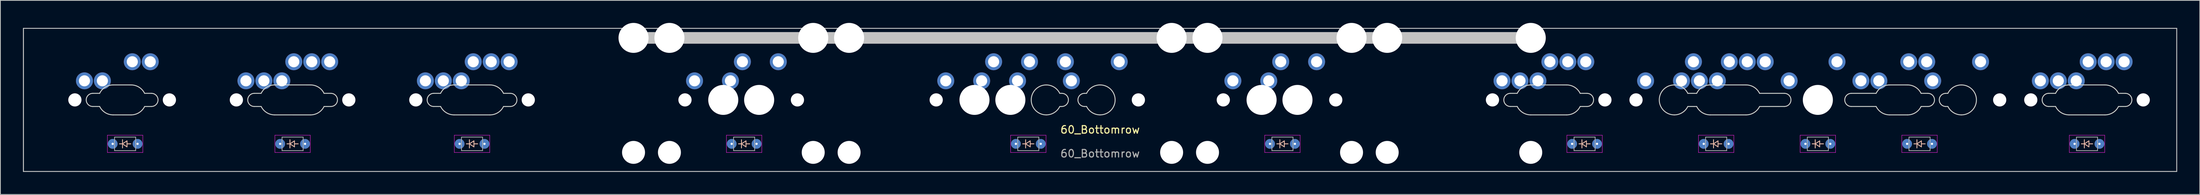
<source format=kicad_pcb>
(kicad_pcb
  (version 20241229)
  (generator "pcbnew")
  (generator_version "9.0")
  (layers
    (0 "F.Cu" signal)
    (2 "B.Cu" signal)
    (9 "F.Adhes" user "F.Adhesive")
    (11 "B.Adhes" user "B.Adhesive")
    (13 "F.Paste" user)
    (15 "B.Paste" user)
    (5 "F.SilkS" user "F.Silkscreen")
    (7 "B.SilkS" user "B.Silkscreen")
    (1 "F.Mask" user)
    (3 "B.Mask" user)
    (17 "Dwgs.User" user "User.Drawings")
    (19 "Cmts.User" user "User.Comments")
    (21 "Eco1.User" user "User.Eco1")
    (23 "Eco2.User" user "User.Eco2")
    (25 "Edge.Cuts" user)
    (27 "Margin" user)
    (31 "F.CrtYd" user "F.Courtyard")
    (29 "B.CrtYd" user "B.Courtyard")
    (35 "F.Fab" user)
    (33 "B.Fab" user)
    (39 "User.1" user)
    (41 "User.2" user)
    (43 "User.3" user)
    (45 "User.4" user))
  (footprint "60_Bottomrow"
    (layer "F.Cu")
    (at 142.935 10.249)
    (property "Reference" "60_Bottomrow" (at 0 3.969 0) (unlocked yes) (layer "F.SilkS") (effects (font (size 1 1) (thickness 0.15))))
    (attr through_hole)
    (fp_line (start -130.131 5.85) (end -129.731 5.85) (stroke (width 0.1) (type solid)) (layer "F.SilkS"))
    (fp_line (start -129.731 5.85) (end -129.731 5.3) (stroke (width 0.1) (type solid)) (layer "F.SilkS"))
    (fp_line (start -129.731 5.85) (end -129.731 6.4) (stroke (width 0.1) (type solid)) (layer "F.SilkS"))
    (fp_line (start -129.731 5.85) (end -129.131 5.45) (stroke (width 0.1) (type solid)) (layer "F.SilkS"))
    (fp_line (start -129.131 5.45) (end -129.131 6.25) (stroke (width 0.1) (type solid)) (layer "F.SilkS"))
    (fp_line (start -129.131 5.85) (end -128.631 5.85) (stroke (width 0.1) (type solid)) (layer "F.SilkS"))
    (fp_line (start -129.131 6.25) (end -129.731 5.85) (stroke (width 0.1) (type solid)) (layer "F.SilkS"))
    (fp_line (start -107.906 5.85) (end -107.506 5.85) (stroke (width 0.1) (type solid)) (layer "F.SilkS"))
    (fp_line (start -107.506 5.85) (end -107.506 5.3) (stroke (width 0.1) (type solid)) (layer "F.SilkS"))
    (fp_line (start -107.506 5.85) (end -107.506 6.4) (stroke (width 0.1) (type solid)) (layer "F.SilkS"))
    (fp_line (start -107.506 5.85) (end -106.906 5.45) (stroke (width 0.1) (type solid)) (layer "F.SilkS"))
    (fp_line (start -106.906 5.45) (end -106.906 6.25) (stroke (width 0.1) (type solid)) (layer "F.SilkS"))
    (fp_line (start -106.906 5.85) (end -106.406 5.85) (stroke (width 0.1) (type solid)) (layer "F.SilkS"))
    (fp_line (start -106.906 6.25) (end -107.506 5.85) (stroke (width 0.1) (type solid)) (layer "F.SilkS"))
    (fp_line (start -84.094 5.85) (end -83.694 5.85) (stroke (width 0.1) (type solid)) (layer "F.SilkS"))
    (fp_line (start -83.694 5.85) (end -83.694 5.3) (stroke (width 0.1) (type solid)) (layer "F.SilkS"))
    (fp_line (start -83.694 5.85) (end -83.694 6.4) (stroke (width 0.1) (type solid)) (layer "F.SilkS"))
    (fp_line (start -83.694 5.85) (end -83.094 5.45) (stroke (width 0.1) (type solid)) (layer "F.SilkS"))
    (fp_line (start -83.094 5.45) (end -83.094 6.25) (stroke (width 0.1) (type solid)) (layer "F.SilkS"))
    (fp_line (start -83.094 5.85) (end -82.594 5.85) (stroke (width 0.1) (type solid)) (layer "F.SilkS"))
    (fp_line (start -83.094 6.25) (end -83.694 5.85) (stroke (width 0.1) (type solid)) (layer "F.SilkS"))
    (fp_line (start -47.988 5.85) (end -47.588 5.85) (stroke (width 0.1) (type solid)) (layer "F.SilkS"))
    (fp_line (start -47.588 5.85) (end -47.588 5.3) (stroke (width 0.1) (type solid)) (layer "F.SilkS"))
    (fp_line (start -47.588 5.85) (end -47.588 6.4) (stroke (width 0.1) (type solid)) (layer "F.SilkS"))
    (fp_line (start -47.588 5.85) (end -46.988 5.45) (stroke (width 0.1) (type solid)) (layer "F.SilkS"))
    (fp_line (start -46.988 5.45) (end -46.988 6.25) (stroke (width 0.1) (type solid)) (layer "F.SilkS"))
    (fp_line (start -46.988 5.85) (end -46.488 5.85) (stroke (width 0.1) (type solid)) (layer "F.SilkS"))
    (fp_line (start -46.988 6.25) (end -47.588 5.85) (stroke (width 0.1) (type solid)) (layer "F.SilkS"))
    (fp_line (start -10.275 5.85) (end -9.875 5.85) (stroke (width 0.1) (type solid)) (layer "F.SilkS"))
    (fp_line (start -9.875 5.85) (end -9.875 5.3) (stroke (width 0.1) (type solid)) (layer "F.SilkS"))
    (fp_line (start -9.875 5.85) (end -9.875 6.4) (stroke (width 0.1) (type solid)) (layer "F.SilkS"))
    (fp_line (start -9.875 5.85) (end -9.275 5.45) (stroke (width 0.1) (type solid)) (layer "F.SilkS"))
    (fp_line (start -9.275 5.45) (end -9.275 6.25) (stroke (width 0.1) (type solid)) (layer "F.SilkS"))
    (fp_line (start -9.275 5.85) (end -8.775 5.85) (stroke (width 0.1) (type solid)) (layer "F.SilkS"))
    (fp_line (start -9.275 6.25) (end -9.875 5.85) (stroke (width 0.1) (type solid)) (layer "F.SilkS"))
    (fp_line (start 23.45 5.85) (end 23.85 5.85) (stroke (width 0.1) (type solid)) (layer "F.SilkS"))
    (fp_line (start 23.85 5.85) (end 23.85 5.3) (stroke (width 0.1) (type solid)) (layer "F.SilkS"))
    (fp_line (start 23.85 5.85) (end 23.85 6.4) (stroke (width 0.1) (type solid)) (layer "F.SilkS"))
    (fp_line (start 23.85 5.85) (end 24.45 5.45) (stroke (width 0.1) (type solid)) (layer "F.SilkS"))
    (fp_line (start 24.45 5.45) (end 24.45 6.25) (stroke (width 0.1) (type solid)) (layer "F.SilkS"))
    (fp_line (start 24.45 5.85) (end 24.95 5.85) (stroke (width 0.1) (type solid)) (layer "F.SilkS"))
    (fp_line (start 24.45 6.25) (end 23.85 5.85) (stroke (width 0.1) (type solid)) (layer "F.SilkS"))
    (fp_line (start 63.544 5.85) (end 63.944 5.85) (stroke (width 0.1) (type solid)) (layer "F.SilkS"))
    (fp_line (start 63.944 5.85) (end 63.944 5.3) (stroke (width 0.1) (type solid)) (layer "F.SilkS"))
    (fp_line (start 63.944 5.85) (end 63.944 6.4) (stroke (width 0.1) (type solid)) (layer "F.SilkS"))
    (fp_line (start 63.944 5.85) (end 64.544 5.45) (stroke (width 0.1) (type solid)) (layer "F.SilkS"))
    (fp_line (start 64.544 5.45) (end 64.544 6.25) (stroke (width 0.1) (type solid)) (layer "F.SilkS"))
    (fp_line (start 64.544 5.85) (end 65.044 5.85) (stroke (width 0.1) (type solid)) (layer "F.SilkS"))
    (fp_line (start 64.544 6.25) (end 63.944 5.85) (stroke (width 0.1) (type solid)) (layer "F.SilkS"))
    (fp_line (start 81.006 5.85) (end 81.406 5.85) (stroke (width 0.1) (type solid)) (layer "F.SilkS"))
    (fp_line (start 81.406 5.85) (end 81.406 5.3) (stroke (width 0.1) (type solid)) (layer "F.SilkS"))
    (fp_line (start 81.406 5.85) (end 81.406 6.4) (stroke (width 0.1) (type solid)) (layer "F.SilkS"))
    (fp_line (start 81.406 5.85) (end 82.006 5.45) (stroke (width 0.1) (type solid)) (layer "F.SilkS"))
    (fp_line (start 82.006 5.45) (end 82.006 6.25) (stroke (width 0.1) (type solid)) (layer "F.SilkS"))
    (fp_line (start 82.006 5.85) (end 82.506 5.85) (stroke (width 0.1) (type solid)) (layer "F.SilkS"))
    (fp_line (start 82.006 6.25) (end 81.406 5.85) (stroke (width 0.1) (type solid)) (layer "F.SilkS"))
    (fp_line (start 94.5 5.85) (end 94.9 5.85) (stroke (width 0.1) (type solid)) (layer "F.SilkS"))
    (fp_line (start 94.9 5.85) (end 94.9 5.3) (stroke (width 0.1) (type solid)) (layer "F.SilkS"))
    (fp_line (start 94.9 5.85) (end 94.9 6.4) (stroke (width 0.1) (type solid)) (layer "F.SilkS"))
    (fp_line (start 94.9 5.85) (end 95.5 5.45) (stroke (width 0.1) (type solid)) (layer "F.SilkS"))
    (fp_line (start 95.5 5.45) (end 95.5 6.25) (stroke (width 0.1) (type solid)) (layer "F.SilkS"))
    (fp_line (start 95.5 5.85) (end 96 5.85) (stroke (width 0.1) (type solid)) (layer "F.SilkS"))
    (fp_line (start 95.5 6.25) (end 94.9 5.85) (stroke (width 0.1) (type solid)) (layer "F.SilkS"))
    (fp_line (start 107.994 5.85) (end 108.394 5.85) (stroke (width 0.1) (type solid)) (layer "F.SilkS"))
    (fp_line (start 108.394 5.85) (end 108.394 5.3) (stroke (width 0.1) (type solid)) (layer "F.SilkS"))
    (fp_line (start 108.394 5.85) (end 108.394 6.4) (stroke (width 0.1) (type solid)) (layer "F.SilkS"))
    (fp_line (start 108.394 5.85) (end 108.994 5.45) (stroke (width 0.1) (type solid)) (layer "F.SilkS"))
    (fp_line (start 108.994 5.45) (end 108.994 6.25) (stroke (width 0.1) (type solid)) (layer "F.SilkS"))
    (fp_line (start 108.994 5.85) (end 109.494 5.85) (stroke (width 0.1) (type solid)) (layer "F.SilkS"))
    (fp_line (start 108.994 6.25) (end 108.394 5.85) (stroke (width 0.1) (type solid)) (layer "F.SilkS"))
    (fp_line (start 130.219 5.85) (end 130.619 5.85) (stroke (width 0.1) (type solid)) (layer "F.SilkS"))
    (fp_line (start 130.619 5.85) (end 130.619 5.3) (stroke (width 0.1) (type solid)) (layer "F.SilkS"))
    (fp_line (start 130.619 5.85) (end 130.619 6.4) (stroke (width 0.1) (type solid)) (layer "F.SilkS"))
    (fp_line (start 130.619 5.85) (end 131.219 5.45) (stroke (width 0.1) (type solid)) (layer "F.SilkS"))
    (fp_line (start 131.219 5.45) (end 131.219 6.25) (stroke (width 0.1) (type solid)) (layer "F.SilkS"))
    (fp_line (start 131.219 5.85) (end 131.719 5.85) (stroke (width 0.1) (type solid)) (layer "F.SilkS"))
    (fp_line (start 131.219 6.25) (end 130.619 5.85) (stroke (width 0.1) (type solid)) (layer "F.SilkS"))
    (fp_line (start -130.131 5.85) (end -129.731 5.85) (stroke (width 0.1) (type solid)) (layer "B.SilkS"))
    (fp_line (start -129.731 5.85) (end -129.731 5.3) (stroke (width 0.1) (type solid)) (layer "B.SilkS"))
    (fp_line (start -129.731 5.85) (end -129.731 6.4) (stroke (width 0.1) (type solid)) (layer "B.SilkS"))
    (fp_line (start -129.731 5.85) (end -129.131 6.25) (stroke (width 0.1) (type solid)) (layer "B.SilkS"))
    (fp_line (start -129.131 5.45) (end -129.731 5.85) (stroke (width 0.1) (type solid)) (layer "B.SilkS"))
    (fp_line (start -129.131 5.85) (end -128.631 5.85) (stroke (width 0.1) (type solid)) (layer "B.SilkS"))
    (fp_line (start -129.131 6.25) (end -129.131 5.45) (stroke (width 0.1) (type solid)) (layer "B.SilkS"))
    (fp_line (start -107.906 5.85) (end -107.506 5.85) (stroke (width 0.1) (type solid)) (layer "B.SilkS"))
    (fp_line (start -107.506 5.85) (end -107.506 5.3) (stroke (width 0.1) (type solid)) (layer "B.SilkS"))
    (fp_line (start -107.506 5.85) (end -107.506 6.4) (stroke (width 0.1) (type solid)) (layer "B.SilkS"))
    (fp_line (start -107.506 5.85) (end -106.906 6.25) (stroke (width 0.1) (type solid)) (layer "B.SilkS"))
    (fp_line (start -106.906 5.45) (end -107.506 5.85) (stroke (width 0.1) (type solid)) (layer "B.SilkS"))
    (fp_line (start -106.906 5.85) (end -106.406 5.85) (stroke (width 0.1) (type solid)) (layer "B.SilkS"))
    (fp_line (start -106.906 6.25) (end -106.906 5.45) (stroke (width 0.1) (type solid)) (layer "B.SilkS"))
    (fp_line (start -84.094 5.85) (end -83.694 5.85) (stroke (width 0.1) (type solid)) (layer "B.SilkS"))
    (fp_line (start -83.694 5.85) (end -83.694 5.3) (stroke (width 0.1) (type solid)) (layer "B.SilkS"))
    (fp_line (start -83.694 5.85) (end -83.694 6.4) (stroke (width 0.1) (type solid)) (layer "B.SilkS"))
    (fp_line (start -83.694 5.85) (end -83.094 6.25) (stroke (width 0.1) (type solid)) (layer "B.SilkS"))
    (fp_line (start -83.094 5.45) (end -83.694 5.85) (stroke (width 0.1) (type solid)) (layer "B.SilkS"))
    (fp_line (start -83.094 5.85) (end -82.594 5.85) (stroke (width 0.1) (type solid)) (layer "B.SilkS"))
    (fp_line (start -83.094 6.25) (end -83.094 5.45) (stroke (width 0.1) (type solid)) (layer "B.SilkS"))
    (fp_line (start -47.988 5.85) (end -47.588 5.85) (stroke (width 0.1) (type solid)) (layer "B.SilkS"))
    (fp_line (start -47.588 5.85) (end -47.588 5.3) (stroke (width 0.1) (type solid)) (layer "B.SilkS"))
    (fp_line (start -47.588 5.85) (end -47.588 6.4) (stroke (width 0.1) (type solid)) (layer "B.SilkS"))
    (fp_line (start -47.588 5.85) (end -46.988 6.25) (stroke (width 0.1) (type solid)) (layer "B.SilkS"))
    (fp_line (start -46.988 5.45) (end -47.588 5.85) (stroke (width 0.1) (type solid)) (layer "B.SilkS"))
    (fp_line (start -46.988 5.85) (end -46.488 5.85) (stroke (width 0.1) (type solid)) (layer "B.SilkS"))
    (fp_line (start -46.988 6.25) (end -46.988 5.45) (stroke (width 0.1) (type solid)) (layer "B.SilkS"))
    (fp_line (start -10.275 5.85) (end -9.875 5.85) (stroke (width 0.1) (type solid)) (layer "B.SilkS"))
    (fp_line (start -9.875 5.85) (end -9.875 5.3) (stroke (width 0.1) (type solid)) (layer "B.SilkS"))
    (fp_line (start -9.875 5.85) (end -9.875 6.4) (stroke (width 0.1) (type solid)) (layer "B.SilkS"))
    (fp_line (start -9.875 5.85) (end -9.275 6.25) (stroke (width 0.1) (type solid)) (layer "B.SilkS"))
    (fp_line (start -9.275 5.45) (end -9.875 5.85) (stroke (width 0.1) (type solid)) (layer "B.SilkS"))
    (fp_line (start -9.275 5.85) (end -8.775 5.85) (stroke (width 0.1) (type solid)) (layer "B.SilkS"))
    (fp_line (start -9.275 6.25) (end -9.275 5.45) (stroke (width 0.1) (type solid)) (layer "B.SilkS"))
    (fp_line (start 23.45 5.85) (end 23.85 5.85) (stroke (width 0.1) (type solid)) (layer "B.SilkS"))
    (fp_line (start 23.85 5.85) (end 23.85 5.3) (stroke (width 0.1) (type solid)) (layer "B.SilkS"))
    (fp_line (start 23.85 5.85) (end 23.85 6.4) (stroke (width 0.1) (type solid)) (layer "B.SilkS"))
    (fp_line (start 23.85 5.85) (end 24.45 6.25) (stroke (width 0.1) (type solid)) (layer "B.SilkS"))
    (fp_line (start 24.45 5.45) (end 23.85 5.85) (stroke (width 0.1) (type solid)) (layer "B.SilkS"))
    (fp_line (start 24.45 5.85) (end 24.95 5.85) (stroke (width 0.1) (type solid)) (layer "B.SilkS"))
    (fp_line (start 24.45 6.25) (end 24.45 5.45) (stroke (width 0.1) (type solid)) (layer "B.SilkS"))
    (fp_line (start 63.544 5.85) (end 63.944 5.85) (stroke (width 0.1) (type solid)) (layer "B.SilkS"))
    (fp_line (start 63.944 5.85) (end 63.944 5.3) (stroke (width 0.1) (type solid)) (layer "B.SilkS"))
    (fp_line (start 63.944 5.85) (end 63.944 6.4) (stroke (width 0.1) (type solid)) (layer "B.SilkS"))
    (fp_line (start 63.944 5.85) (end 64.544 6.25) (stroke (width 0.1) (type solid)) (layer "B.SilkS"))
    (fp_line (start 64.544 5.45) (end 63.944 5.85) (stroke (width 0.1) (type solid)) (layer "B.SilkS"))
    (fp_line (start 64.544 5.85) (end 65.044 5.85) (stroke (width 0.1) (type solid)) (layer "B.SilkS"))
    (fp_line (start 64.544 6.25) (end 64.544 5.45) (stroke (width 0.1) (type solid)) (layer "B.SilkS"))
    (fp_line (start 81.006 5.85) (end 81.406 5.85) (stroke (width 0.1) (type solid)) (layer "B.SilkS"))
    (fp_line (start 81.406 5.85) (end 81.406 5.3) (stroke (width 0.1) (type solid)) (layer "B.SilkS"))
    (fp_line (start 81.406 5.85) (end 81.406 6.4) (stroke (width 0.1) (type solid)) (layer "B.SilkS"))
    (fp_line (start 81.406 5.85) (end 82.006 6.25) (stroke (width 0.1) (type solid)) (layer "B.SilkS"))
    (fp_line (start 82.006 5.45) (end 81.406 5.85) (stroke (width 0.1) (type solid)) (layer "B.SilkS"))
    (fp_line (start 82.006 5.85) (end 82.506 5.85) (stroke (width 0.1) (type solid)) (layer "B.SilkS"))
    (fp_line (start 82.006 6.25) (end 82.006 5.45) (stroke (width 0.1) (type solid)) (layer "B.SilkS"))
    (fp_line (start 94.5 5.85) (end 94.9 5.85) (stroke (width 0.1) (type solid)) (layer "B.SilkS"))
    (fp_line (start 94.9 5.85) (end 94.9 5.3) (stroke (width 0.1) (type solid)) (layer "B.SilkS"))
    (fp_line (start 94.9 5.85) (end 94.9 6.4) (stroke (width 0.1) (type solid)) (layer "B.SilkS"))
    (fp_line (start 94.9 5.85) (end 95.5 6.25) (stroke (width 0.1) (type solid)) (layer "B.SilkS"))
    (fp_line (start 95.5 5.45) (end 94.9 5.85) (stroke (width 0.1) (type solid)) (layer "B.SilkS"))
    (fp_line (start 95.5 5.85) (end 96 5.85) (stroke (width 0.1) (type solid)) (layer "B.SilkS"))
    (fp_line (start 95.5 6.25) (end 95.5 5.45) (stroke (width 0.1) (type solid)) (layer "B.SilkS"))
    (fp_line (start 107.994 5.85) (end 108.394 5.85) (stroke (width 0.1) (type solid)) (layer "B.SilkS"))
    (fp_line (start 108.394 5.85) (end 108.394 5.3) (stroke (width 0.1) (type solid)) (layer "B.SilkS"))
    (fp_line (start 108.394 5.85) (end 108.394 6.4) (stroke (width 0.1) (type solid)) (layer "B.SilkS"))
    (fp_line (start 108.394 5.85) (end 108.994 6.25) (stroke (width 0.1) (type solid)) (layer "B.SilkS"))
    (fp_line (start 108.994 5.45) (end 108.394 5.85) (stroke (width 0.1) (type solid)) (layer "B.SilkS"))
    (fp_line (start 108.994 5.85) (end 109.494 5.85) (stroke (width 0.1) (type solid)) (layer "B.SilkS"))
    (fp_line (start 108.994 6.25) (end 108.994 5.45) (stroke (width 0.1) (type solid)) (layer "B.SilkS"))
    (fp_line (start 130.219 5.85) (end 130.619 5.85) (stroke (width 0.1) (type solid)) (layer "B.SilkS"))
    (fp_line (start 130.619 5.85) (end 130.619 5.3) (stroke (width 0.1) (type solid)) (layer "B.SilkS"))
    (fp_line (start 130.619 5.85) (end 130.619 6.4) (stroke (width 0.1) (type solid)) (layer "B.SilkS"))
    (fp_line (start 130.619 5.85) (end 131.219 6.25) (stroke (width 0.1) (type solid)) (layer "B.SilkS"))
    (fp_line (start 131.219 5.45) (end 130.619 5.85) (stroke (width 0.1) (type solid)) (layer "B.SilkS"))
    (fp_line (start 131.219 5.85) (end 131.719 5.85) (stroke (width 0.1) (type solid)) (layer "B.SilkS"))
    (fp_line (start 131.219 6.25) (end 131.219 5.45) (stroke (width 0.1) (type solid)) (layer "B.SilkS"))
    (fp_line (start -142.875 -9.525) (end -142.875 9.525) (stroke (width 0.12) (type solid)) (layer "Dwgs.User"))
    (fp_line (start -142.875 -9.525) (end -142.875 9.525) (stroke (width 0.12) (type solid)) (layer "Dwgs.User"))
    (fp_line (start -142.875 -9.525) (end 142.875 -9.525) (stroke (width 0.12) (type solid)) (layer "Dwgs.User"))
    (fp_line (start -61.913 -8.255) (end 57.15 -8.255) (stroke (width 1.55) (type solid)) (layer "Dwgs.User"))
    (fp_line (start 142.875 -9.525) (end 142.875 9.525) (stroke (width 0.12) (type solid)) (layer "Dwgs.User"))
    (fp_line (start 142.875 9.525) (end -142.875 9.525) (stroke (width 0.12) (type solid)) (layer "Dwgs.User"))
    (fp_line (start -133.667 -0.875) (end -132.761 -0.876) (stroke (width 0.12) (type solid)) (layer "Edge.Cuts"))
    (fp_line (start -133.667 0.875) (end -132.76 0.875) (stroke (width 0.12) (type solid)) (layer "Edge.Cuts"))
    (fp_line (start -130.97 -1.995) (end -128.588 -1.994) (stroke (width 0.12) (type solid)) (layer "Edge.Cuts"))
    (fp_line (start -128.586 1.995) (end -130.969 1.994) (stroke (width 0.12) (type solid)) (layer "Edge.Cuts"))
    (fp_line (start -125.889 -0.875) (end -126.797 -0.875) (stroke (width 0.12) (type solid)) (layer "Edge.Cuts"))
    (fp_line (start -125.889 0.875) (end -126.795 0.876) (stroke (width 0.12) (type solid)) (layer "Edge.Cuts"))
    (fp_line (start -112.236 -0.875) (end -111.33 -0.876) (stroke (width 0.12) (type solid)) (layer "Edge.Cuts"))
    (fp_line (start -112.236 0.875) (end -111.328 0.875) (stroke (width 0.12) (type solid)) (layer "Edge.Cuts"))
    (fp_line (start -109.539 -1.995) (end -104.775 -1.994) (stroke (width 0.12) (type solid)) (layer "Edge.Cuts"))
    (fp_line (start -104.773 1.995) (end -109.537 1.994) (stroke (width 0.12) (type solid)) (layer "Edge.Cuts"))
    (fp_line (start -102.076 -0.875) (end -102.984 -0.875) (stroke (width 0.12) (type solid)) (layer "Edge.Cuts"))
    (fp_line (start -102.076 0.875) (end -102.983 0.876) (stroke (width 0.12) (type solid)) (layer "Edge.Cuts"))
    (fp_line (start -88.424 -0.875) (end -87.517 -0.876) (stroke (width 0.12) (type solid)) (layer "Edge.Cuts"))
    (fp_line (start -88.424 0.875) (end -87.516 0.875) (stroke (width 0.12) (type solid)) (layer "Edge.Cuts"))
    (fp_line (start -85.727 -1.995) (end -80.963 -1.994) (stroke (width 0.12) (type solid)) (layer "Edge.Cuts"))
    (fp_line (start -80.961 1.995) (end -85.725 1.994) (stroke (width 0.12) (type solid)) (layer "Edge.Cuts"))
    (fp_line (start -78.264 -0.875) (end -79.172 -0.875) (stroke (width 0.12) (type solid)) (layer "Edge.Cuts"))
    (fp_line (start -78.264 0.875) (end -79.17 0.876) (stroke (width 0.12) (type solid)) (layer "Edge.Cuts"))
    (fp_line (start -5.08 -0.875) (end -5.353 -0.875) (stroke (width 0.12) (type solid)) (layer "Edge.Cuts"))
    (fp_line (start -5.08 0.875) (end -5.351 0.876) (stroke (width 0.12) (type solid)) (layer "Edge.Cuts"))
    (fp_line (start -2.064 -0.875) (end -1.792 -0.876) (stroke (width 0.12) (type solid)) (layer "Edge.Cuts"))
    (fp_line (start -2.064 0.875) (end -1.791 0.875) (stroke (width 0.12) (type solid)) (layer "Edge.Cuts"))
    (fp_line (start 54.451 -0.875) (end 55.358 -0.876) (stroke (width 0.12) (type solid)) (layer "Edge.Cuts"))
    (fp_line (start 54.451 0.875) (end 55.359 0.875) (stroke (width 0.12) (type solid)) (layer "Edge.Cuts"))
    (fp_line (start 57.148 -1.995) (end 61.913 -1.994) (stroke (width 0.12) (type solid)) (layer "Edge.Cuts"))
    (fp_line (start 61.914 1.995) (end 57.15 1.994) (stroke (width 0.12) (type solid)) (layer "Edge.Cuts"))
    (fp_line (start 64.611 -0.875) (end 63.703 -0.875) (stroke (width 0.12) (type solid)) (layer "Edge.Cuts"))
    (fp_line (start 64.611 0.875) (end 63.705 0.876) (stroke (width 0.12) (type solid)) (layer "Edge.Cuts"))
    (fp_line (start 77.991 -0.875) (end 79.17 -0.876) (stroke (width 0.12) (type solid)) (layer "Edge.Cuts"))
    (fp_line (start 77.992 0.876) (end 79.172 0.875) (stroke (width 0.12) (type solid)) (layer "Edge.Cuts"))
    (fp_line (start 80.961 -1.995) (end 85.725 -1.994) (stroke (width 0.12) (type solid)) (layer "Edge.Cuts"))
    (fp_line (start 85.727 1.995) (end 80.963 1.994) (stroke (width 0.12) (type solid)) (layer "Edge.Cuts"))
    (fp_line (start 90.805 -0.875) (end 87.516 -0.875) (stroke (width 0.12) (type solid)) (layer "Edge.Cuts"))
    (fp_line (start 90.805 0.875) (end 87.517 0.876) (stroke (width 0.12) (type solid)) (layer "Edge.Cuts"))
    (fp_line (start 99.695 -0.875) (end 102.983 -0.876) (stroke (width 0.12) (type solid)) (layer "Edge.Cuts"))
    (fp_line (start 99.695 0.875) (end 102.984 0.875) (stroke (width 0.12) (type solid)) (layer "Edge.Cuts"))
    (fp_line (start 104.773 -1.995) (end 107.156 -1.994) (stroke (width 0.12) (type solid)) (layer "Edge.Cuts"))
    (fp_line (start 107.158 1.995) (end 104.775 1.994) (stroke (width 0.12) (type solid)) (layer "Edge.Cuts"))
    (fp_line (start 109.855 -0.875) (end 108.947 -0.875) (stroke (width 0.12) (type solid)) (layer "Edge.Cuts"))
    (fp_line (start 109.855 0.875) (end 108.949 0.876) (stroke (width 0.12) (type solid)) (layer "Edge.Cuts"))
    (fp_line (start 112.236 -0.875) (end 112.508 -0.876) (stroke (width 0.12) (type solid)) (layer "Edge.Cuts"))
    (fp_line (start 112.236 0.875) (end 112.509 0.875) (stroke (width 0.12) (type solid)) (layer "Edge.Cuts"))
    (fp_line (start 125.889 -0.875) (end 126.795 -0.876) (stroke (width 0.12) (type solid)) (layer "Edge.Cuts"))
    (fp_line (start 125.889 0.875) (end 126.797 0.875) (stroke (width 0.12) (type solid)) (layer "Edge.Cuts"))
    (fp_line (start 128.586 -1.995) (end 133.35 -1.994) (stroke (width 0.12) (type solid)) (layer "Edge.Cuts"))
    (fp_line (start 133.352 1.995) (end 128.588 1.994) (stroke (width 0.12) (type solid)) (layer "Edge.Cuts"))
    (fp_line (start 136.049 -0.875) (end 135.141 -0.875) (stroke (width 0.12) (type solid)) (layer "Edge.Cuts"))
    (fp_line (start 136.049 0.875) (end 135.142 0.876) (stroke (width 0.12) (type solid)) (layer "Edge.Cuts"))
    (fp_arc (start -133.6675 0.875) (mid -134.5425 0) (end -133.6675 -0.875) (stroke (width 0.12) (type solid)) (layer "Edge.Cuts"))
    (fp_arc (start -132.761223 -0.876315) (mid -132.025954 -1.692101) (end -130.970374 -1.995215) (stroke (width 0.12) (type solid)) (layer "Edge.Cuts"))
    (fp_arc (start -130.96875 1.9939) (mid -132.02433 1.690786) (end -132.759599 0.875) (stroke (width 0.12) (type solid)) (layer "Edge.Cuts"))
    (fp_arc (start -128.5875 -1.9939) (mid -127.53192 -1.690786) (end -126.796651 -0.875) (stroke (width 0.12) (type solid)) (layer "Edge.Cuts"))
    (fp_arc (start -126.795027 0.876315) (mid -127.530296 1.692101) (end -128.585876 1.995215) (stroke (width 0.12) (type solid)) (layer "Edge.Cuts"))
    (fp_arc (start -125.88875 -0.875) (mid -125.01375 0) (end -125.88875 0.875) (stroke (width 0.12) (type solid)) (layer "Edge.Cuts"))
    (fp_arc (start -112.23625 0.875) (mid -113.11125 0) (end -112.23625 -0.875) (stroke (width 0.12) (type solid)) (layer "Edge.Cuts"))
    (fp_arc (start -111.329973 -0.876315) (mid -110.594704 -1.692101) (end -109.539124 -1.995215) (stroke (width 0.12) (type solid)) (layer "Edge.Cuts"))
    (fp_arc (start -109.5375 1.9939) (mid -110.59308 1.690786) (end -111.328349 0.875) (stroke (width 0.12) (type solid)) (layer "Edge.Cuts"))
    (fp_arc (start -104.775 -1.9939) (mid -103.71942 -1.690786) (end -102.984151 -0.875) (stroke (width 0.12) (type solid)) (layer "Edge.Cuts"))
    (fp_arc (start -102.982527 0.876315) (mid -103.717796 1.692101) (end -104.773376 1.995215) (stroke (width 0.12) (type solid)) (layer "Edge.Cuts"))
    (fp_arc (start -102.07625 -0.875) (mid -101.20125 0) (end -102.07625 0.875) (stroke (width 0.12) (type solid)) (layer "Edge.Cuts"))
    (fp_arc (start -88.42375 0.875) (mid -89.29875 0) (end -88.42375 -0.875) (stroke (width 0.12) (type solid)) (layer "Edge.Cuts"))
    (fp_arc (start -87.517473 -0.876315) (mid -86.782204 -1.692101) (end -85.726624 -1.995215) (stroke (width 0.12) (type solid)) (layer "Edge.Cuts"))
    (fp_arc (start -85.725 1.9939) (mid -86.78058 1.690786) (end -87.515849 0.875) (stroke (width 0.12) (type solid)) (layer "Edge.Cuts"))
    (fp_arc (start -80.9625 -1.9939) (mid -79.90692 -1.690786) (end -79.171651 -0.875) (stroke (width 0.12) (type solid)) (layer "Edge.Cuts"))
    (fp_arc (start -79.170027 0.876315) (mid -79.905296 1.692101) (end -80.960876 1.995215) (stroke (width 0.12) (type solid)) (layer "Edge.Cuts"))
    (fp_arc (start -78.26375 -0.875) (mid -77.38875 0) (end -78.26375 0.875) (stroke (width 0.12) (type solid)) (layer "Edge.Cuts"))
    (fp_arc (start -7.14375 -1.9939) (mid -6.08817 -1.690786) (end -5.352901 -0.875) (stroke (width 0.12) (type solid)) (layer "Edge.Cuts"))
    (fp_arc (start -7.14375 1.9939) (mid -9.13765 0) (end -7.14375 -1.9939) (stroke (width 0.12) (type solid)) (layer "Edge.Cuts"))
    (fp_arc (start -5.351277 0.876315) (mid -6.087264 1.692129) (end -7.14375 1.9939) (stroke (width 0.12) (type solid)) (layer "Edge.Cuts"))
    (fp_arc (start -5.08 -0.875) (mid -4.205 0) (end -5.08 0.875) (stroke (width 0.12) (type solid)) (layer "Edge.Cuts"))
    (fp_arc (start -2.06375 0.875) (mid -2.93875 0) (end -2.06375 -0.875) (stroke (width 0.12) (type solid)) (layer "Edge.Cuts"))
    (fp_arc (start -1.792473 -0.876315) (mid -1.055826 -1.692961) (end 0.001624 -1.995216) (stroke (width 0.12) (type solid)) (layer "Edge.Cuts"))
    (fp_arc (start 0.001624 -1.995216) (mid 1.995524 -0.001316) (end 0.001624 1.992584) (stroke (width 0.12) (type solid)) (layer "Edge.Cuts"))
    (fp_arc (start 0.001624 1.992584) (mid -1.054863 1.690814) (end -1.790849 0.875) (stroke (width 0.12) (type solid)) (layer "Edge.Cuts"))
    (fp_arc (start 54.45125 0.875) (mid 53.57625 0) (end 54.45125 -0.875) (stroke (width 0.12) (type solid)) (layer "Edge.Cuts"))
    (fp_arc (start 55.357527 -0.876315) (mid 56.092796 -1.692101) (end 57.148376 -1.995215) (stroke (width 0.12) (type solid)) (layer "Edge.Cuts"))
    (fp_arc (start 57.15 1.9939) (mid 56.09442 1.690786) (end 55.359151 0.875) (stroke (width 0.12) (type solid)) (layer "Edge.Cuts"))
    (fp_arc (start 61.9125 -1.9939) (mid 62.96808 -1.690786) (end 63.703349 -0.875) (stroke (width 0.12) (type solid)) (layer "Edge.Cuts"))
    (fp_arc (start 63.704973 0.876315) (mid 62.969704 1.692101) (end 61.914124 1.995215) (stroke (width 0.12) (type solid)) (layer "Edge.Cuts"))
    (fp_arc (start 64.61125 -0.875) (mid 65.48625 0) (end 64.61125 0.875) (stroke (width 0.12) (type solid)) (layer "Edge.Cuts"))
    (fp_arc (start 76.2 -1.9939) (mid 77.25558 -1.690786) (end 77.990849 -0.875) (stroke (width 0.12) (type solid)) (layer "Edge.Cuts"))
    (fp_arc (start 76.2 1.9939) (mid 74.2061 0) (end 76.2 -1.9939) (stroke (width 0.12) (type solid)) (layer "Edge.Cuts"))
    (fp_arc (start 77.992473 0.876315) (mid 77.256487 1.69213) (end 76.2 1.9939) (stroke (width 0.12) (type solid)) (layer "Edge.Cuts"))
    (fp_arc (start 79.170027 -0.876315) (mid 79.905296 -1.692101) (end 80.960876 -1.995215) (stroke (width 0.12) (type solid)) (layer "Edge.Cuts"))
    (fp_arc (start 80.9625 1.9939) (mid 79.90692 1.690786) (end 79.171651 0.875) (stroke (width 0.12) (type solid)) (layer "Edge.Cuts"))
    (fp_arc (start 85.725 -1.9939) (mid 86.78058 -1.690786) (end 87.515849 -0.875) (stroke (width 0.12) (type solid)) (layer "Edge.Cuts"))
    (fp_arc (start 87.517473 0.876315) (mid 86.782204 1.692101) (end 85.726624 1.995215) (stroke (width 0.12) (type solid)) (layer "Edge.Cuts"))
    (fp_arc (start 90.805 -0.875) (mid 91.68 0) (end 90.805 0.875) (stroke (width 0.12) (type solid)) (layer "Edge.Cuts"))
    (fp_arc (start 99.695 0.875) (mid 98.82 0) (end 99.695 -0.875) (stroke (width 0.12) (type solid)) (layer "Edge.Cuts"))
    (fp_arc (start 102.982527 -0.876315) (mid 103.717796 -1.692101) (end 104.773376 -1.995215) (stroke (width 0.12) (type solid)) (layer "Edge.Cuts"))
    (fp_arc (start 104.775 1.9939) (mid 103.71942 1.690786) (end 102.984151 0.875) (stroke (width 0.12) (type solid)) (layer "Edge.Cuts"))
    (fp_arc (start 107.15625 -1.9939) (mid 108.21183 -1.690786) (end 108.947099 -0.875) (stroke (width 0.12) (type solid)) (layer "Edge.Cuts"))
    (fp_arc (start 108.948723 0.876315) (mid 108.213454 1.692101) (end 107.157874 1.995215) (stroke (width 0.12) (type solid)) (layer "Edge.Cuts"))
    (fp_arc (start 109.855 -0.875) (mid 110.73 0) (end 109.855 0.875) (stroke (width 0.12) (type solid)) (layer "Edge.Cuts"))
    (fp_arc (start 112.23625 0.875) (mid 111.36125 0) (end 112.23625 -0.875) (stroke (width 0.12) (type solid)) (layer "Edge.Cuts"))
    (fp_arc (start 112.507527 -0.876315) (mid 113.243514 -1.692129) (end 114.3 -1.9939) (stroke (width 0.12) (type solid)) (layer "Edge.Cuts"))
    (fp_arc (start 114.3 -1.9939) (mid 116.2939 0) (end 114.3 1.9939) (stroke (width 0.12) (type solid)) (layer "Edge.Cuts"))
    (fp_arc (start 114.3 1.9939) (mid 113.24442 1.690786) (end 112.509151 0.875) (stroke (width 0.12) (type solid)) (layer "Edge.Cuts"))
    (fp_arc (start 125.88875 0.875) (mid 125.01375 0) (end 125.88875 -0.875) (stroke (width 0.12) (type solid)) (layer "Edge.Cuts"))
    (fp_arc (start 126.795027 -0.876315) (mid 127.530296 -1.692101) (end 128.585876 -1.995215) (stroke (width 0.12) (type solid)) (layer "Edge.Cuts"))
    (fp_arc (start 128.5875 1.9939) (mid 127.53192 1.690786) (end 126.796651 0.875) (stroke (width 0.12) (type solid)) (layer "Edge.Cuts"))
    (fp_arc (start 133.35 -1.9939) (mid 134.40558 -1.690786) (end 135.140849 -0.875) (stroke (width 0.12) (type solid)) (layer "Edge.Cuts"))
    (fp_arc (start 135.142473 0.876315) (mid 134.407204 1.692101) (end 133.351624 1.995215) (stroke (width 0.12) (type solid)) (layer "Edge.Cuts"))
    (fp_arc (start 136.04875 -0.875) (mid 136.92375 0) (end 136.04875 0.875) (stroke (width 0.12) (type solid)) (layer "Edge.Cuts"))
    (fp_line (start -131.731 4.7) (end -131.731 7) (stroke (width 0.05) (type solid)) (layer "F.CrtYd"))
    (fp_line (start -131.731 4.7) (end -127.031 4.7) (stroke (width 0.05) (type solid)) (layer "F.CrtYd"))
    (fp_line (start -127.031 4.7) (end -127.031 7) (stroke (width 0.05) (type solid)) (layer "F.CrtYd"))
    (fp_line (start -127.031 7) (end -131.731 7) (stroke (width 0.05) (type solid)) (layer "F.CrtYd"))
    (fp_line (start -109.506 4.7) (end -109.506 7) (stroke (width 0.05) (type solid)) (layer "F.CrtYd"))
    (fp_line (start -109.506 4.7) (end -104.806 4.7) (stroke (width 0.05) (type solid)) (layer "F.CrtYd"))
    (fp_line (start -104.806 4.7) (end -104.806 7) (stroke (width 0.05) (type solid)) (layer "F.CrtYd"))
    (fp_line (start -104.806 7) (end -109.506 7) (stroke (width 0.05) (type solid)) (layer "F.CrtYd"))
    (fp_line (start -85.694 4.7) (end -85.694 7) (stroke (width 0.05) (type solid)) (layer "F.CrtYd"))
    (fp_line (start -85.694 4.7) (end -80.994 4.7) (stroke (width 0.05) (type solid)) (layer "F.CrtYd"))
    (fp_line (start -80.994 4.7) (end -80.994 7) (stroke (width 0.05) (type solid)) (layer "F.CrtYd"))
    (fp_line (start -80.994 7) (end -85.694 7) (stroke (width 0.05) (type solid)) (layer "F.CrtYd"))
    (fp_line (start -49.588 4.7) (end -49.588 7) (stroke (width 0.05) (type solid)) (layer "F.CrtYd"))
    (fp_line (start -49.588 4.7) (end -44.888 4.7) (stroke (width 0.05) (type solid)) (layer "F.CrtYd"))
    (fp_line (start -44.888 4.7) (end -44.888 7) (stroke (width 0.05) (type solid)) (layer "F.CrtYd"))
    (fp_line (start -44.888 7) (end -49.588 7) (stroke (width 0.05) (type solid)) (layer "F.CrtYd"))
    (fp_line (start -11.875 4.7) (end -11.875 7) (stroke (width 0.05) (type solid)) (layer "F.CrtYd"))
    (fp_line (start -11.875 4.7) (end -7.175 4.7) (stroke (width 0.05) (type solid)) (layer "F.CrtYd"))
    (fp_line (start -7.175 4.7) (end -7.175 7) (stroke (width 0.05) (type solid)) (layer "F.CrtYd"))
    (fp_line (start -7.175 7) (end -11.875 7) (stroke (width 0.05) (type solid)) (layer "F.CrtYd"))
    (fp_line (start 21.85 4.7) (end 21.85 7) (stroke (width 0.05) (type solid)) (layer "F.CrtYd"))
    (fp_line (start 21.85 4.7) (end 26.55 4.7) (stroke (width 0.05) (type solid)) (layer "F.CrtYd"))
    (fp_line (start 26.55 4.7) (end 26.55 7) (stroke (width 0.05) (type solid)) (layer "F.CrtYd"))
    (fp_line (start 26.55 7) (end 21.85 7) (stroke (width 0.05) (type solid)) (layer "F.CrtYd"))
    (fp_line (start 61.944 4.7) (end 61.944 7) (stroke (width 0.05) (type solid)) (layer "F.CrtYd"))
    (fp_line (start 61.944 4.7) (end 66.644 4.7) (stroke (width 0.05) (type solid)) (layer "F.CrtYd"))
    (fp_line (start 66.644 4.7) (end 66.644 7) (stroke (width 0.05) (type solid)) (layer "F.CrtYd"))
    (fp_line (start 66.644 7) (end 61.944 7) (stroke (width 0.05) (type solid)) (layer "F.CrtYd"))
    (fp_line (start 79.406 4.7) (end 79.406 7) (stroke (width 0.05) (type solid)) (layer "F.CrtYd"))
    (fp_line (start 79.406 4.7) (end 84.106 4.7) (stroke (width 0.05) (type solid)) (layer "F.CrtYd"))
    (fp_line (start 84.106 4.7) (end 84.106 7) (stroke (width 0.05) (type solid)) (layer "F.CrtYd"))
    (fp_line (start 84.106 7) (end 79.406 7) (stroke (width 0.05) (type solid)) (layer "F.CrtYd"))
    (fp_line (start 92.9 4.7) (end 92.9 7) (stroke (width 0.05) (type solid)) (layer "F.CrtYd"))
    (fp_line (start 92.9 4.7) (end 97.6 4.7) (stroke (width 0.05) (type solid)) (layer "F.CrtYd"))
    (fp_line (start 97.6 4.7) (end 97.6 7) (stroke (width 0.05) (type solid)) (layer "F.CrtYd"))
    (fp_line (start 97.6 7) (end 92.9 7) (stroke (width 0.05) (type solid)) (layer "F.CrtYd"))
    (fp_line (start 106.394 4.7) (end 106.394 7) (stroke (width 0.05) (type solid)) (layer "F.CrtYd"))
    (fp_line (start 106.394 4.7) (end 111.094 4.7) (stroke (width 0.05) (type solid)) (layer "F.CrtYd"))
    (fp_line (start 111.094 4.7) (end 111.094 7) (stroke (width 0.05) (type solid)) (layer "F.CrtYd"))
    (fp_line (start 111.094 7) (end 106.394 7) (stroke (width 0.05) (type solid)) (layer "F.CrtYd"))
    (fp_line (start 128.619 4.7) (end 128.619 7) (stroke (width 0.05) (type solid)) (layer "F.CrtYd"))
    (fp_line (start 128.619 4.7) (end 133.319 4.7) (stroke (width 0.05) (type solid)) (layer "F.CrtYd"))
    (fp_line (start 133.319 4.7) (end 133.319 7) (stroke (width 0.05) (type solid)) (layer "F.CrtYd"))
    (fp_line (start 133.319 7) (end 128.619 7) (stroke (width 0.05) (type solid)) (layer "F.CrtYd"))
    (fp_line (start -130.781 4.95) (end -127.981 4.95) (stroke (width 0.1) (type solid)) (layer "F.Fab"))
    (fp_line (start -130.781 6.75) (end -130.781 4.95) (stroke (width 0.1) (type solid)) (layer "F.Fab"))
    (fp_line (start -127.981 4.95) (end -127.981 6.75) (stroke (width 0.1) (type solid)) (layer "F.Fab"))
    (fp_line (start -127.981 6.75) (end -130.781 6.75) (stroke (width 0.1) (type solid)) (layer "F.Fab"))
    (fp_line (start -108.556 4.95) (end -105.756 4.95) (stroke (width 0.1) (type solid)) (layer "F.Fab"))
    (fp_line (start -108.556 6.75) (end -108.556 4.95) (stroke (width 0.1) (type solid)) (layer "F.Fab"))
    (fp_line (start -105.756 4.95) (end -105.756 6.75) (stroke (width 0.1) (type solid)) (layer "F.Fab"))
    (fp_line (start -105.756 6.75) (end -108.556 6.75) (stroke (width 0.1) (type solid)) (layer "F.Fab"))
    (fp_line (start -84.744 4.95) (end -81.944 4.95) (stroke (width 0.1) (type solid)) (layer "F.Fab"))
    (fp_line (start -84.744 6.75) (end -84.744 4.95) (stroke (width 0.1) (type solid)) (layer "F.Fab"))
    (fp_line (start -81.944 4.95) (end -81.944 6.75) (stroke (width 0.1) (type solid)) (layer "F.Fab"))
    (fp_line (start -81.944 6.75) (end -84.744 6.75) (stroke (width 0.1) (type solid)) (layer "F.Fab"))
    (fp_line (start -48.638 4.95) (end -45.838 4.95) (stroke (width 0.1) (type solid)) (layer "F.Fab"))
    (fp_line (start -48.638 6.75) (end -48.638 4.95) (stroke (width 0.1) (type solid)) (layer "F.Fab"))
    (fp_line (start -45.838 4.95) (end -45.838 6.75) (stroke (width 0.1) (type solid)) (layer "F.Fab"))
    (fp_line (start -45.838 6.75) (end -48.638 6.75) (stroke (width 0.1) (type solid)) (layer "F.Fab"))
    (fp_line (start -10.925 4.95) (end -8.125 4.95) (stroke (width 0.1) (type solid)) (layer "F.Fab"))
    (fp_line (start -10.925 6.75) (end -10.925 4.95) (stroke (width 0.1) (type solid)) (layer "F.Fab"))
    (fp_line (start -8.125 4.95) (end -8.125 6.75) (stroke (width 0.1) (type solid)) (layer "F.Fab"))
    (fp_line (start -8.125 6.75) (end -10.925 6.75) (stroke (width 0.1) (type solid)) (layer "F.Fab"))
    (fp_line (start 22.8 4.95) (end 25.6 4.95) (stroke (width 0.1) (type solid)) (layer "F.Fab"))
    (fp_line (start 22.8 6.75) (end 22.8 4.95) (stroke (width 0.1) (type solid)) (layer "F.Fab"))
    (fp_line (start 25.6 4.95) (end 25.6 6.75) (stroke (width 0.1) (type solid)) (layer "F.Fab"))
    (fp_line (start 25.6 6.75) (end 22.8 6.75) (stroke (width 0.1) (type solid)) (layer "F.Fab"))
    (fp_line (start 62.894 4.95) (end 65.694 4.95) (stroke (width 0.1) (type solid)) (layer "F.Fab"))
    (fp_line (start 62.894 6.75) (end 62.894 4.95) (stroke (width 0.1) (type solid)) (layer "F.Fab"))
    (fp_line (start 65.694 4.95) (end 65.694 6.75) (stroke (width 0.1) (type solid)) (layer "F.Fab"))
    (fp_line (start 65.694 6.75) (end 62.894 6.75) (stroke (width 0.1) (type solid)) (layer "F.Fab"))
    (fp_line (start 80.356 4.95) (end 83.156 4.95) (stroke (width 0.1) (type solid)) (layer "F.Fab"))
    (fp_line (start 80.356 6.75) (end 80.356 4.95) (stroke (width 0.1) (type solid)) (layer "F.Fab"))
    (fp_line (start 83.156 4.95) (end 83.156 6.75) (stroke (width 0.1) (type solid)) (layer "F.Fab"))
    (fp_line (start 83.156 6.75) (end 80.356 6.75) (stroke (width 0.1) (type solid)) (layer "F.Fab"))
    (fp_line (start 93.85 4.95) (end 96.65 4.95) (stroke (width 0.1) (type solid)) (layer "F.Fab"))
    (fp_line (start 93.85 6.75) (end 93.85 4.95) (stroke (width 0.1) (type solid)) (layer "F.Fab"))
    (fp_line (start 96.65 4.95) (end 96.65 6.75) (stroke (width 0.1) (type solid)) (layer "F.Fab"))
    (fp_line (start 96.65 6.75) (end 93.85 6.75) (stroke (width 0.1) (type solid)) (layer "F.Fab"))
    (fp_line (start 107.344 4.95) (end 110.144 4.95) (stroke (width 0.1) (type solid)) (layer "F.Fab"))
    (fp_line (start 107.344 6.75) (end 107.344 4.95) (stroke (width 0.1) (type solid)) (layer "F.Fab"))
    (fp_line (start 110.144 4.95) (end 110.144 6.75) (stroke (width 0.1) (type solid)) (layer "F.Fab"))
    (fp_line (start 110.144 6.75) (end 107.344 6.75) (stroke (width 0.1) (type solid)) (layer "F.Fab"))
    (fp_line (start 129.569 4.95) (end 132.369 4.95) (stroke (width 0.1) (type solid)) (layer "F.Fab"))
    (fp_line (start 129.569 6.75) (end 129.569 4.95) (stroke (width 0.1) (type solid)) (layer "F.Fab"))
    (fp_line (start 132.369 4.95) (end 132.369 6.75) (stroke (width 0.1) (type solid)) (layer "F.Fab"))
    (fp_line (start 132.369 6.75) (end 129.569 6.75) (stroke (width 0.1) (type solid)) (layer "F.Fab"))
    (fp_text user "${REFERENCE}" (at 0 7.144 0) (unlocked yes) (layer "F.Fab") (effects (font (size 1 1) (thickness 0.15))))
    (pad "" np_thru_hole circle (at -136.049 0) (size 1.75 1.75) (drill 1.75) (layers "*.Cu" "*.Mask"))
    (pad "" np_thru_hole circle (at -123.507 0) (size 1.75 1.75) (drill 1.75) (layers "*.Cu" "*.Mask"))
    (pad "" np_thru_hole circle (at -114.618 0) (size 1.75 1.75) (drill 1.75) (layers "*.Cu" "*.Mask"))
    (pad "" np_thru_hole circle (at -99.695 0) (size 1.75 1.75) (drill 1.75) (layers "*.Cu" "*.Mask"))
    (pad "" np_thru_hole circle (at -90.805 0) (size 1.75 1.75) (drill 1.75) (layers "*.Cu" "*.Mask"))
    (pad "" np_thru_hole circle (at -75.882 0) (size 1.75 1.75) (drill 1.75) (layers "*.Cu" "*.Mask"))
    (pad "" np_thru_hole circle (at -61.913 -8.255 180) (size 3.988 3.988) (drill 3.988) (layers "*.Cu" "*.Mask"))
    (pad "" np_thru_hole circle (at -61.913 6.985 180) (size 3.048 3.048) (drill 3.048) (layers "*.Cu" "*.Mask"))
    (pad "" np_thru_hole circle (at -57.15 -8.255 180) (size 3.988 3.988) (drill 3.988) (layers "*.Cu" "*.Mask"))
    (pad "" np_thru_hole circle (at -57.15 6.985 180) (size 3.048 3.048) (drill 3.048) (layers "*.Cu" "*.Mask"))
    (pad "" np_thru_hole circle (at -55.086 0) (size 1.75 1.75) (drill 1.75) (layers "*.Cu" "*.Mask"))
    (pad "" np_thru_hole circle (at -50.006 0) (size 3.988 3.988) (drill 3.988) (layers "*.Cu" "*.Mask"))
    (pad "" np_thru_hole circle (at -45.244 0) (size 3.988 3.988) (drill 3.988) (layers "*.Cu" "*.Mask"))
    (pad "" np_thru_hole circle (at -40.164 0) (size 1.75 1.75) (drill 1.75) (layers "*.Cu" "*.Mask"))
    (pad "" np_thru_hole circle (at -38.068 -8.255 180) (size 3.988 3.988) (drill 3.988) (layers "*.Cu" "*.Mask"))
    (pad "" np_thru_hole circle (at -38.068 6.985 180) (size 3.048 3.048) (drill 3.048) (layers "*.Cu" "*.Mask"))
    (pad "" np_thru_hole circle (at -33.306 -8.255 180) (size 3.988 3.988) (drill 3.988) (layers "*.Cu" "*.Mask"))
    (pad "" np_thru_hole circle (at -33.306 6.985 180) (size 3.048 3.048) (drill 3.048) (layers "*.Cu" "*.Mask"))
    (pad "" np_thru_hole circle (at -21.749 0) (size 1.75 1.75) (drill 1.75) (layers "*.Cu" "*.Mask"))
    (pad "" np_thru_hole circle (at -16.669 0) (size 3.988 3.988) (drill 3.988) (layers "*.Cu" "*.Mask"))
    (pad "" np_thru_hole circle (at -11.906 0) (size 3.988 3.988) (drill 3.988) (layers "*.Cu" "*.Mask"))
    (pad "" np_thru_hole circle (at 5.08 0) (size 1.75 1.75) (drill 1.75) (layers "*.Cu" "*.Mask"))
    (pad "" np_thru_hole circle (at 9.493 -8.255 180) (size 3.988 3.988) (drill 3.988) (layers "*.Cu" "*.Mask"))
    (pad "" np_thru_hole circle (at 9.493 6.985 180) (size 3.048 3.048) (drill 3.048) (layers "*.Cu" "*.Mask"))
    (pad "" np_thru_hole circle (at 14.256 -8.255 180) (size 3.988 3.988) (drill 3.988) (layers "*.Cu" "*.Mask"))
    (pad "" np_thru_hole circle (at 14.256 6.985 180) (size 3.048 3.048) (drill 3.048) (layers "*.Cu" "*.Mask"))
    (pad "" np_thru_hole circle (at 16.351 0) (size 1.75 1.75) (drill 1.75) (layers "*.Cu" "*.Mask"))
    (pad "" np_thru_hole circle (at 21.431 0) (size 3.988 3.988) (drill 3.988) (layers "*.Cu" "*.Mask"))
    (pad "" np_thru_hole circle (at 26.194 0) (size 3.988 3.988) (drill 3.988) (layers "*.Cu" "*.Mask"))
    (pad "" np_thru_hole circle (at 31.274 0) (size 1.75 1.75) (drill 1.75) (layers "*.Cu" "*.Mask"))
    (pad "" np_thru_hole circle (at 33.369 -8.255 180) (size 3.988 3.988) (drill 3.988) (layers "*.Cu" "*.Mask"))
    (pad "" np_thru_hole circle (at 33.369 6.985 180) (size 3.048 3.048) (drill 3.048) (layers "*.Cu" "*.Mask"))
    (pad "" np_thru_hole circle (at 38.1 -8.255 180) (size 3.988 3.988) (drill 3.988) (layers "*.Cu" "*.Mask"))
    (pad "" np_thru_hole circle (at 38.1 6.985 180) (size 3.048 3.048) (drill 3.048) (layers "*.Cu" "*.Mask"))
    (pad "" np_thru_hole circle (at 52.07 0) (size 1.75 1.75) (drill 1.75) (layers "*.Cu" "*.Mask"))
    (pad "" np_thru_hole circle (at 57.15 -8.255 180) (size 3.988 3.988) (drill 3.988) (layers "*.Cu" "*.Mask"))
    (pad "" np_thru_hole circle (at 57.15 6.985 180) (size 3.048 3.048) (drill 3.048) (layers "*.Cu" "*.Mask"))
    (pad "" np_thru_hole circle (at 66.993 0) (size 1.75 1.75) (drill 1.75) (layers "*.Cu" "*.Mask"))
    (pad "" np_thru_hole circle (at 71.12 0) (size 1.75 1.75) (drill 1.75) (layers "*.Cu" "*.Mask"))
    (pad "" np_thru_hole circle (at 95.25 0) (size 3.988 3.988) (drill 3.988) (layers "*.Cu" "*.Mask"))
    (pad "" np_thru_hole circle (at 119.38 0) (size 1.75 1.75) (drill 1.75) (layers "*.Cu" "*.Mask"))
    (pad "" np_thru_hole circle (at 123.507 0) (size 1.75 1.75) (drill 1.75) (layers "*.Cu" "*.Mask"))
    (pad "" np_thru_hole circle (at 138.43 0) (size 1.75 1.75) (drill 1.75) (layers "*.Cu" "*.Mask"))
    (pad "1" thru_hole circle (at -131.031 5.85) (size 1.3 1.3) (drill 0.3) (layers "*.Cu" "*.Mask"))
    (pad "1" thru_hole circle (at -108.806 5.85) (size 1.3 1.3) (drill 0.3) (layers "*.Cu" "*.Mask"))
    (pad "1" thru_hole circle (at -84.994 5.85) (size 1.3 1.3) (drill 0.3) (layers "*.Cu" "*.Mask"))
    (pad "1" thru_hole circle (at -48.888 5.85) (size 1.3 1.3) (drill 0.3) (layers "*.Cu" "*.Mask"))
    (pad "1" thru_hole circle (at -11.175 5.85) (size 1.3 1.3) (drill 0.3) (layers "*.Cu" "*.Mask"))
    (pad "1" thru_hole circle (at 22.55 5.85) (size 1.3 1.3) (drill 0.3) (layers "*.Cu" "*.Mask"))
    (pad "1" thru_hole circle (at 62.644 5.85) (size 1.3 1.3) (drill 0.3) (layers "*.Cu" "*.Mask"))
    (pad "1" thru_hole circle (at 80.106 5.85) (size 1.3 1.3) (drill 0.3) (layers "*.Cu" "*.Mask"))
    (pad "1" thru_hole circle (at 93.6 5.85) (size 1.3 1.3) (drill 0.3) (layers "*.Cu" "*.Mask"))
    (pad "1" thru_hole circle (at 107.094 5.85) (size 1.3 1.3) (drill 0.3) (layers "*.Cu" "*.Mask"))
    (pad "1" thru_hole circle (at 129.319 5.85) (size 1.3 1.3) (drill 0.3) (layers "*.Cu" "*.Mask"))
    (pad "2" thru_hole circle (at -128.429 -5.08) (size 2.25 2.25) (drill 1.47) (layers "*.Cu" "*.Mask"))
    (pad "2" thru_hole circle (at -126.047 -5.08) (size 2.25 2.25) (drill 1.47) (layers "*.Cu" "*.Mask"))
    (pad "3" thru_hole circle (at -106.998 -5.08) (size 2.25 2.25) (drill 1.47) (layers "*.Cu" "*.Mask"))
    (pad "3" thru_hole circle (at -104.616 -5.08) (size 2.25 2.25) (drill 1.47) (layers "*.Cu" "*.Mask"))
    (pad "3" thru_hole circle (at -102.235 -5.08) (size 2.25 2.25) (drill 1.47) (layers "*.Cu" "*.Mask"))
    (pad "4" thru_hole circle (at -83.185 -5.08) (size 2.25 2.25) (drill 1.47) (layers "*.Cu" "*.Mask"))
    (pad "4" thru_hole circle (at -80.804 -5.08) (size 2.25 2.25) (drill 1.47) (layers "*.Cu" "*.Mask"))
    (pad "4" thru_hole circle (at -78.422 -5.08) (size 2.25 2.25) (drill 1.47) (layers "*.Cu" "*.Mask"))
    (pad "5" thru_hole circle (at -47.466 -5.08) (size 2.25 2.25) (drill 1.47) (layers "*.Cu" "*.Mask"))
    (pad "5" thru_hole circle (at -42.704 -5.08) (size 2.25 2.25) (drill 1.47) (layers "*.Cu" "*.Mask"))
    (pad "6" thru_hole circle (at -14.129 -5.08) (size 2.25 2.25) (drill 1.47) (layers "*.Cu" "*.Mask"))
    (pad "6" thru_hole circle (at -9.366 -5.08) (size 2.25 2.25) (drill 1.47) (layers "*.Cu" "*.Mask"))
    (pad "6" thru_hole circle (at -4.604 -5.08) (size 2.25 2.25) (drill 1.47) (layers "*.Cu" "*.Mask"))
    (pad "6" thru_hole circle (at 2.54 -5.08) (size 2.25 2.25) (drill 1.47) (layers "*.Cu" "*.Mask"))
    (pad "7" thru_hole circle (at 23.971 -5.08) (size 2.25 2.25) (drill 1.47) (layers "*.Cu" "*.Mask"))
    (pad "7" thru_hole circle (at 28.734 -5.08) (size 2.25 2.25) (drill 1.47) (layers "*.Cu" "*.Mask"))
    (pad "8" thru_hole circle (at 59.69 -5.08) (size 2.25 2.25) (drill 1.47) (layers "*.Cu" "*.Mask"))
    (pad "8" thru_hole circle (at 62.071 -5.08) (size 2.25 2.25) (drill 1.47) (layers "*.Cu" "*.Mask"))
    (pad "8" thru_hole circle (at 64.453 -5.08) (size 2.25 2.25) (drill 1.47) (layers "*.Cu" "*.Mask"))
    (pad "9" thru_hole circle (at 78.74 -5.08) (size 2.25 2.25) (drill 1.47) (layers "*.Cu" "*.Mask"))
    (pad "9" thru_hole circle (at 83.502 -5.08) (size 2.25 2.25) (drill 1.47) (layers "*.Cu" "*.Mask"))
    (pad "9" thru_hole circle (at 85.884 -5.08) (size 2.25 2.25) (drill 1.47) (layers "*.Cu" "*.Mask"))
    (pad "9" thru_hole circle (at 88.265 -5.08) (size 2.25 2.25) (drill 1.47) (layers "*.Cu" "*.Mask"))
    (pad "10" thru_hole circle (at 97.79 -5.08) (size 2.25 2.25) (drill 1.47) (layers "*.Cu" "*.Mask"))
    (pad "11" thru_hole circle (at 107.315 -5.08) (size 2.25 2.25) (drill 1.47) (layers "*.Cu" "*.Mask"))
    (pad "11" thru_hole circle (at 109.696 -5.08) (size 2.25 2.25) (drill 1.47) (layers "*.Cu" "*.Mask"))
    (pad "11" thru_hole circle (at 116.84 -5.08) (size 2.25 2.25) (drill 1.47) (layers "*.Cu" "*.Mask"))
    (pad "12" thru_hole circle (at 131.127 -5.08) (size 2.25 2.25) (drill 1.47) (layers "*.Cu" "*.Mask"))
    (pad "12" thru_hole circle (at 133.509 -5.08) (size 2.25 2.25) (drill 1.47) (layers "*.Cu" "*.Mask"))
    (pad "12" thru_hole circle (at 135.89 -5.08) (size 2.25 2.25) (drill 1.47) (layers "*.Cu" "*.Mask"))
    (pad "20" thru_hole circle (at -134.779 -2.54) (size 2.25 2.25) (drill 1.47) (layers "*.Cu" "*.Mask"))
    (pad "20" thru_hole circle (at -132.398 -2.54) (size 2.25 2.25) (drill 1.47) (layers "*.Cu" "*.Mask"))
    (pad "20" thru_hole circle (at -127.731 5.85) (size 1.3 1.3) (drill 0.3) (layers "*.Cu" "*.Mask"))
    (pad "30" thru_hole circle (at -113.347 -2.54) (size 2.25 2.25) (drill 1.47) (layers "*.Cu" "*.Mask"))
    (pad "30" thru_hole circle (at -110.966 -2.54) (size 2.25 2.25) (drill 1.47) (layers "*.Cu" "*.Mask"))
    (pad "30" thru_hole circle (at -108.585 -2.54) (size 2.25 2.25) (drill 1.47) (layers "*.Cu" "*.Mask"))
    (pad "30" thru_hole circle (at -105.506 5.85) (size 1.3 1.3) (drill 0.3) (layers "*.Cu" "*.Mask"))
    (pad "40" thru_hole circle (at -89.535 -2.54) (size 2.25 2.25) (drill 1.47) (layers "*.Cu" "*.Mask"))
    (pad "40" thru_hole circle (at -87.154 -2.54) (size 2.25 2.25) (drill 1.47) (layers "*.Cu" "*.Mask"))
    (pad "40" thru_hole circle (at -84.772 -2.54) (size 2.25 2.25) (drill 1.47) (layers "*.Cu" "*.Mask"))
    (pad "40" thru_hole circle (at -81.694 5.85) (size 1.3 1.3) (drill 0.3) (layers "*.Cu" "*.Mask"))
    (pad "50" thru_hole circle (at -53.816 -2.54) (size 2.25 2.25) (drill 1.47) (layers "*.Cu" "*.Mask"))
    (pad "50" thru_hole circle (at -49.054 -2.54) (size 2.25 2.25) (drill 1.47) (layers "*.Cu" "*.Mask"))
    (pad "50" thru_hole circle (at -45.588 5.85) (size 1.3 1.3) (drill 0.3) (layers "*.Cu" "*.Mask"))
    (pad "60" thru_hole circle (at -20.479 -2.54) (size 2.25 2.25) (drill 1.47) (layers "*.Cu" "*.Mask"))
    (pad "60" thru_hole circle (at -15.716 -2.54) (size 2.25 2.25) (drill 1.47) (layers "*.Cu" "*.Mask"))
    (pad "60" thru_hole circle (at -10.954 -2.54) (size 2.25 2.25) (drill 1.47) (layers "*.Cu" "*.Mask"))
    (pad "60" thru_hole circle (at -7.875 5.85) (size 1.3 1.3) (drill 0.3) (layers "*.Cu" "*.Mask"))
    (pad "60" thru_hole circle (at -3.81 -2.54) (size 2.25 2.25) (drill 1.47) (layers "*.Cu" "*.Mask"))
    (pad "70" thru_hole circle (at 17.621 -2.54) (size 2.25 2.25) (drill 1.47) (layers "*.Cu" "*.Mask"))
    (pad "70" thru_hole circle (at 22.384 -2.54) (size 2.25 2.25) (drill 1.47) (layers "*.Cu" "*.Mask"))
    (pad "70" thru_hole circle (at 25.85 5.85) (size 1.3 1.3) (drill 0.3) (layers "*.Cu" "*.Mask"))
    (pad "80" thru_hole circle (at 53.34 -2.54) (size 2.25 2.25) (drill 1.47) (layers "*.Cu" "*.Mask"))
    (pad "80" thru_hole circle (at 55.721 -2.54) (size 2.25 2.25) (drill 1.47) (layers "*.Cu" "*.Mask"))
    (pad "80" thru_hole circle (at 58.102 -2.54) (size 2.25 2.25) (drill 1.47) (layers "*.Cu" "*.Mask"))
    (pad "80" thru_hole circle (at 65.944 5.85) (size 1.3 1.3) (drill 0.3) (layers "*.Cu" "*.Mask"))
    (pad "90" thru_hole circle (at 72.39 -2.54) (size 2.25 2.25) (drill 1.47) (layers "*.Cu" "*.Mask"))
    (pad "90" thru_hole circle (at 77.153 -2.54) (size 2.25 2.25) (drill 1.47) (layers "*.Cu" "*.Mask"))
    (pad "90" thru_hole circle (at 79.534 -2.54) (size 2.25 2.25) (drill 1.47) (layers "*.Cu" "*.Mask"))
    (pad "90" thru_hole circle (at 81.915 -2.54) (size 2.25 2.25) (drill 1.47) (layers "*.Cu" "*.Mask"))
    (pad "90" thru_hole circle (at 83.406 5.85) (size 1.3 1.3) (drill 0.3) (layers "*.Cu" "*.Mask"))
    (pad "100" thru_hole circle (at 91.44 -2.54) (size 2.25 2.25) (drill 1.47) (layers "*.Cu" "*.Mask"))
    (pad "100" thru_hole circle (at 96.9 5.85) (size 1.3 1.3) (drill 0.3) (layers "*.Cu" "*.Mask"))
    (pad "110" thru_hole circle (at 100.965 -2.54) (size 2.25 2.25) (drill 1.47) (layers "*.Cu" "*.Mask"))
    (pad "110" thru_hole circle (at 103.346 -2.54) (size 2.25 2.25) (drill 1.47) (layers "*.Cu" "*.Mask"))
    (pad "110" thru_hole circle (at 110.394 5.85) (size 1.3 1.3) (drill 0.3) (layers "*.Cu" "*.Mask"))
    (pad "110" thru_hole circle (at 110.49 -2.54) (size 2.25 2.25) (drill 1.47) (layers "*.Cu" "*.Mask"))
    (pad "120" thru_hole circle (at 124.778 -2.54) (size 2.25 2.25) (drill 1.47) (layers "*.Cu" "*.Mask"))
    (pad "120" thru_hole circle (at 127.159 -2.54) (size 2.25 2.25) (drill 1.47) (layers "*.Cu" "*.Mask"))
    (pad "120" thru_hole circle (at 129.54 -2.54) (size 2.25 2.25) (drill 1.47) (layers "*.Cu" "*.Mask"))
    (pad "120" thru_hole circle (at 132.619 5.85) (size 1.3 1.3) (drill 0.3) (layers "*.Cu" "*.Mask")))
  (gr_rect
    (start -3 -3)
    (end 288.87 22.834)
    (stroke (width 0.1) (type default))
    (fill no)
    (layer "Edge.Cuts")))
</source>
